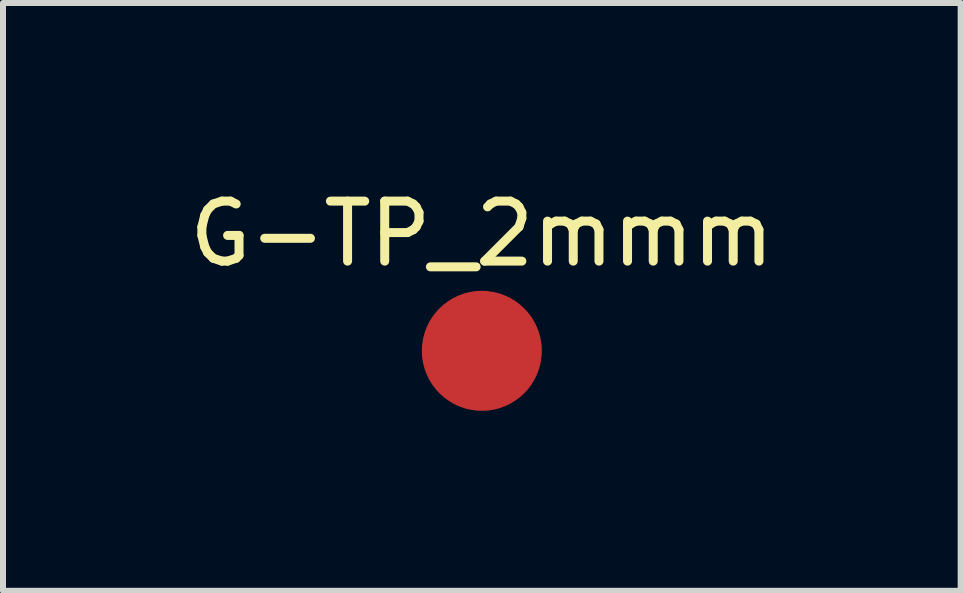
<source format=kicad_pcb>
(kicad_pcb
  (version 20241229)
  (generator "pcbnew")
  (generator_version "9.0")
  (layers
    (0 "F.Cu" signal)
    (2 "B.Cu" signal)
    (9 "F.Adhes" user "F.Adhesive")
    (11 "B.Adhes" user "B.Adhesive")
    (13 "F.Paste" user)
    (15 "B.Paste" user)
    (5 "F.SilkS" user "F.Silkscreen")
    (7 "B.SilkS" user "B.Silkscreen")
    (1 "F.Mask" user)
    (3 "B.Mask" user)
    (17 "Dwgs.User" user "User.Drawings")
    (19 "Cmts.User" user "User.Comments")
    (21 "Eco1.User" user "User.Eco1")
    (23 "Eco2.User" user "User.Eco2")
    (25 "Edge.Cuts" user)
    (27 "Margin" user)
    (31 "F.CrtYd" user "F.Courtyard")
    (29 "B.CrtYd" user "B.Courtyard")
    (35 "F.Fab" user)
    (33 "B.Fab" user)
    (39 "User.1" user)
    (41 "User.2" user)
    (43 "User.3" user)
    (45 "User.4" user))
  (footprint "G-TP_2mmm"
    (layer "F.Cu")
    (at 4.982 2.798)
    (property "Reference" "G-TP_2mmm" (at 0 -1.95 0) (layer "F.SilkS") (effects (font (size 1 1) (thickness 0.15))))
    (attr smd)
    (pad "1" smd circle (at 0 0) (size 2 2) (layers "F.Cu" "F.Mask")))
  (gr_rect
    (start -3 -3)
    (end 12.964 6.798)
    (stroke (width 0.1) (type default))
    (fill no)
    (layer "Edge.Cuts")))
</source>
